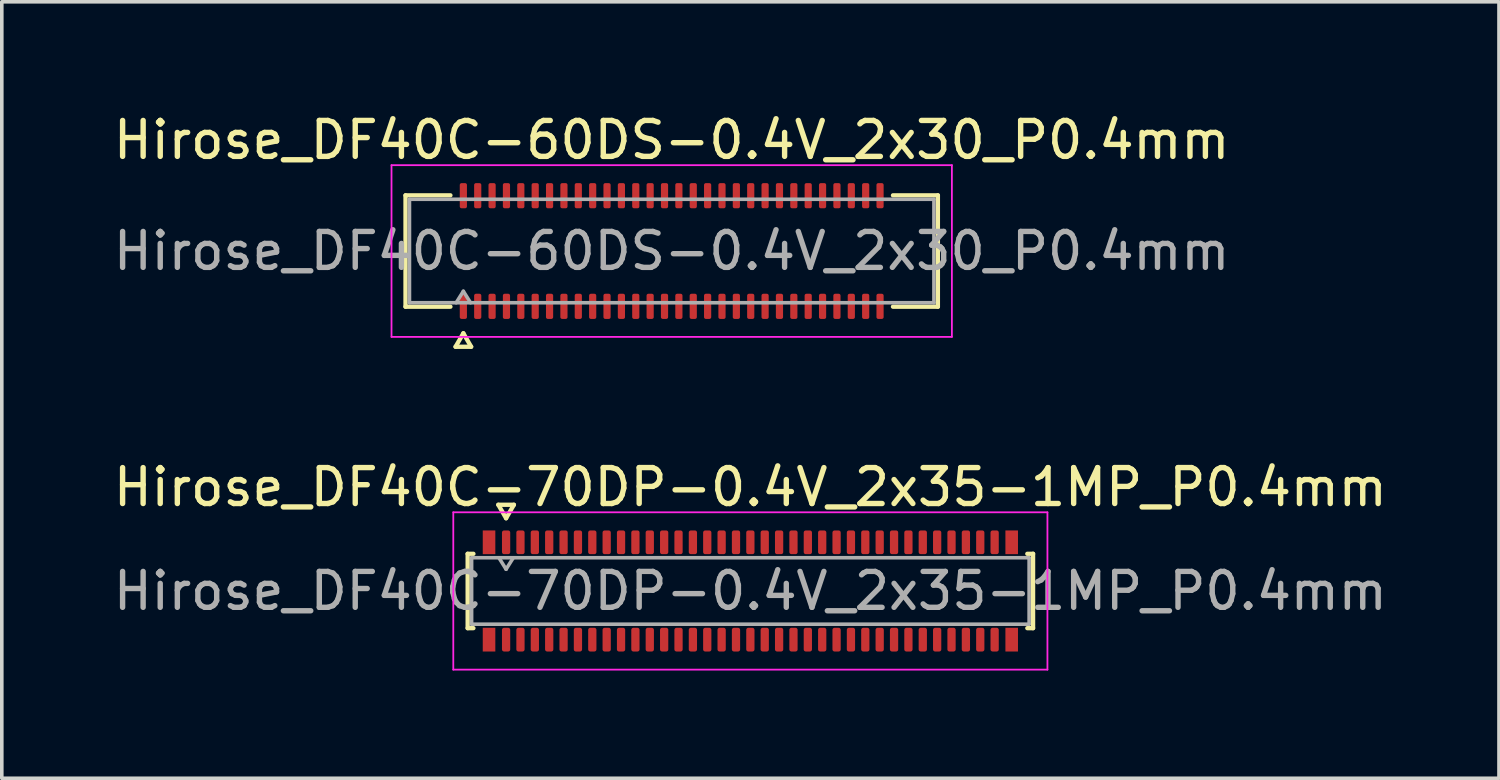
<source format=kicad_pcb>
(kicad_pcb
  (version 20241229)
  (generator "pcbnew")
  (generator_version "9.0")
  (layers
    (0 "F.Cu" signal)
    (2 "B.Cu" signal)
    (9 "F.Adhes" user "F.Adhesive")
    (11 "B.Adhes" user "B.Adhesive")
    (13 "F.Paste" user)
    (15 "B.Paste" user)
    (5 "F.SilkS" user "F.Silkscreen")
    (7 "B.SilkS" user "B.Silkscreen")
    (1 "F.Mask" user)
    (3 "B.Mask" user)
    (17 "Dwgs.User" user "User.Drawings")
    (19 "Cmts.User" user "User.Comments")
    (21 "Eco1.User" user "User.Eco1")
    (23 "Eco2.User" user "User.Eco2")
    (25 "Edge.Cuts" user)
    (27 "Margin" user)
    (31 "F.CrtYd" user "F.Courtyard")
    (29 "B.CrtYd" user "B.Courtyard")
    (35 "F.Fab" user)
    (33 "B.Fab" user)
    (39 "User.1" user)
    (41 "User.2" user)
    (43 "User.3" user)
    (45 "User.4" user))
  (footprint "Hirose_DF40C-60DS-0.4V_2x30_P0.4mm"
    (layer "F.Cu")
    (at 15.649 3.938)
    (property "Reference" "Hirose_DF40C-60DS-0.4V_2x30_P0.4mm" (at 0 -3.09 0) (layer "F.SilkS") (effects (font (size 1 1) (thickness 0.15))))
    (attr smd)
    (fp_line (start -7.41 -1.55) (end -6.16 -1.55) (stroke (width 0.12) (type solid)) (layer "F.SilkS"))
    (fp_line (start -7.41 1.55) (end -7.41 -1.55) (stroke (width 0.12) (type solid)) (layer "F.SilkS"))
    (fp_line (start -6.16 1.55) (end -7.41 1.55) (stroke (width 0.12) (type solid)) (layer "F.SilkS"))
    (fp_line (start -6.017 2.665) (end -5.8 2.29) (stroke (width 0.12) (type solid)) (layer "F.SilkS"))
    (fp_line (start -5.8 2.29) (end -5.583 2.665) (stroke (width 0.12) (type solid)) (layer "F.SilkS"))
    (fp_line (start -5.583 2.665) (end -6.017 2.665) (stroke (width 0.12) (type solid)) (layer "F.SilkS"))
    (fp_line (start 6.16 -1.55) (end 7.41 -1.55) (stroke (width 0.12) (type solid)) (layer "F.SilkS"))
    (fp_line (start 7.41 -1.55) (end 7.41 1.55) (stroke (width 0.12) (type solid)) (layer "F.SilkS"))
    (fp_line (start 7.41 1.55) (end 6.16 1.55) (stroke (width 0.12) (type solid)) (layer "F.SilkS"))
    (fp_line (start -7.8 -2.39) (end -7.8 2.39) (stroke (width 0.05) (type solid)) (layer "F.CrtYd"))
    (fp_line (start -7.8 2.39) (end 7.8 2.39) (stroke (width 0.05) (type solid)) (layer "F.CrtYd"))
    (fp_line (start 7.8 -2.39) (end -7.8 -2.39) (stroke (width 0.05) (type solid)) (layer "F.CrtYd"))
    (fp_line (start 7.8 2.39) (end 7.8 -2.39) (stroke (width 0.05) (type solid)) (layer "F.CrtYd"))
    (fp_line (start -7.3 -1.44) (end 7.3 -1.44) (stroke (width 0.1) (type solid)) (layer "F.Fab"))
    (fp_line (start -7.3 1.44) (end -7.3 -1.44) (stroke (width 0.1) (type solid)) (layer "F.Fab"))
    (fp_line (start -6 1.44) (end -5.8 1.12) (stroke (width 0.1) (type solid)) (layer "F.Fab"))
    (fp_line (start -5.8 1.12) (end -5.6 1.44) (stroke (width 0.1) (type solid)) (layer "F.Fab"))
    (fp_line (start 7.3 -1.44) (end 7.3 1.44) (stroke (width 0.1) (type solid)) (layer "F.Fab"))
    (fp_line (start 7.3 1.44) (end -7.3 1.44) (stroke (width 0.1) (type solid)) (layer "F.Fab"))
    (fp_text user "${REFERENCE}" (at 0 0 0) (layer "F.Fab") (effects (font (size 1 1) (thickness 0.15))))
    (pad "1" smd roundrect (at -5.8 1.54) (size 0.2 0.7) (layers "F.Cu" "F.Mask" "F.Paste") (roundrect_rratio 0.25))
    (pad "2" smd roundrect (at -5.8 -1.54) (size 0.2 0.7) (layers "F.Cu" "F.Mask" "F.Paste") (roundrect_rratio 0.25))
    (pad "3" smd roundrect (at -5.4 1.54) (size 0.2 0.7) (layers "F.Cu" "F.Mask" "F.Paste") (roundrect_rratio 0.25))
    (pad "4" smd roundrect (at -5.4 -1.54) (size 0.2 0.7) (layers "F.Cu" "F.Mask" "F.Paste") (roundrect_rratio 0.25))
    (pad "5" smd roundrect (at -5 1.54) (size 0.2 0.7) (layers "F.Cu" "F.Mask" "F.Paste") (roundrect_rratio 0.25))
    (pad "6" smd roundrect (at -5 -1.54) (size 0.2 0.7) (layers "F.Cu" "F.Mask" "F.Paste") (roundrect_rratio 0.25))
    (pad "7" smd roundrect (at -4.6 1.54) (size 0.2 0.7) (layers "F.Cu" "F.Mask" "F.Paste") (roundrect_rratio 0.25))
    (pad "8" smd roundrect (at -4.6 -1.54) (size 0.2 0.7) (layers "F.Cu" "F.Mask" "F.Paste") (roundrect_rratio 0.25))
    (pad "9" smd roundrect (at -4.2 1.54) (size 0.2 0.7) (layers "F.Cu" "F.Mask" "F.Paste") (roundrect_rratio 0.25))
    (pad "10" smd roundrect (at -4.2 -1.54) (size 0.2 0.7) (layers "F.Cu" "F.Mask" "F.Paste") (roundrect_rratio 0.25))
    (pad "11" smd roundrect (at -3.8 1.54) (size 0.2 0.7) (layers "F.Cu" "F.Mask" "F.Paste") (roundrect_rratio 0.25))
    (pad "12" smd roundrect (at -3.8 -1.54) (size 0.2 0.7) (layers "F.Cu" "F.Mask" "F.Paste") (roundrect_rratio 0.25))
    (pad "13" smd roundrect (at -3.4 1.54) (size 0.2 0.7) (layers "F.Cu" "F.Mask" "F.Paste") (roundrect_rratio 0.25))
    (pad "14" smd roundrect (at -3.4 -1.54) (size 0.2 0.7) (layers "F.Cu" "F.Mask" "F.Paste") (roundrect_rratio 0.25))
    (pad "15" smd roundrect (at -3 1.54) (size 0.2 0.7) (layers "F.Cu" "F.Mask" "F.Paste") (roundrect_rratio 0.25))
    (pad "16" smd roundrect (at -3 -1.54) (size 0.2 0.7) (layers "F.Cu" "F.Mask" "F.Paste") (roundrect_rratio 0.25))
    (pad "17" smd roundrect (at -2.6 1.54) (size 0.2 0.7) (layers "F.Cu" "F.Mask" "F.Paste") (roundrect_rratio 0.25))
    (pad "18" smd roundrect (at -2.6 -1.54) (size 0.2 0.7) (layers "F.Cu" "F.Mask" "F.Paste") (roundrect_rratio 0.25))
    (pad "19" smd roundrect (at -2.2 1.54) (size 0.2 0.7) (layers "F.Cu" "F.Mask" "F.Paste") (roundrect_rratio 0.25))
    (pad "20" smd roundrect (at -2.2 -1.54) (size 0.2 0.7) (layers "F.Cu" "F.Mask" "F.Paste") (roundrect_rratio 0.25))
    (pad "21" smd roundrect (at -1.8 1.54) (size 0.2 0.7) (layers "F.Cu" "F.Mask" "F.Paste") (roundrect_rratio 0.25))
    (pad "22" smd roundrect (at -1.8 -1.54) (size 0.2 0.7) (layers "F.Cu" "F.Mask" "F.Paste") (roundrect_rratio 0.25))
    (pad "23" smd roundrect (at -1.4 1.54) (size 0.2 0.7) (layers "F.Cu" "F.Mask" "F.Paste") (roundrect_rratio 0.25))
    (pad "24" smd roundrect (at -1.4 -1.54) (size 0.2 0.7) (layers "F.Cu" "F.Mask" "F.Paste") (roundrect_rratio 0.25))
    (pad "25" smd roundrect (at -1 1.54) (size 0.2 0.7) (layers "F.Cu" "F.Mask" "F.Paste") (roundrect_rratio 0.25))
    (pad "26" smd roundrect (at -1 -1.54) (size 0.2 0.7) (layers "F.Cu" "F.Mask" "F.Paste") (roundrect_rratio 0.25))
    (pad "27" smd roundrect (at -0.6 1.54) (size 0.2 0.7) (layers "F.Cu" "F.Mask" "F.Paste") (roundrect_rratio 0.25))
    (pad "28" smd roundrect (at -0.6 -1.54) (size 0.2 0.7) (layers "F.Cu" "F.Mask" "F.Paste") (roundrect_rratio 0.25))
    (pad "29" smd roundrect (at -0.2 1.54) (size 0.2 0.7) (layers "F.Cu" "F.Mask" "F.Paste") (roundrect_rratio 0.25))
    (pad "30" smd roundrect (at -0.2 -1.54) (size 0.2 0.7) (layers "F.Cu" "F.Mask" "F.Paste") (roundrect_rratio 0.25))
    (pad "31" smd roundrect (at 0.2 1.54) (size 0.2 0.7) (layers "F.Cu" "F.Mask" "F.Paste") (roundrect_rratio 0.25))
    (pad "32" smd roundrect (at 0.2 -1.54) (size 0.2 0.7) (layers "F.Cu" "F.Mask" "F.Paste") (roundrect_rratio 0.25))
    (pad "33" smd roundrect (at 0.6 1.54) (size 0.2 0.7) (layers "F.Cu" "F.Mask" "F.Paste") (roundrect_rratio 0.25))
    (pad "34" smd roundrect (at 0.6 -1.54) (size 0.2 0.7) (layers "F.Cu" "F.Mask" "F.Paste") (roundrect_rratio 0.25))
    (pad "35" smd roundrect (at 1 1.54) (size 0.2 0.7) (layers "F.Cu" "F.Mask" "F.Paste") (roundrect_rratio 0.25))
    (pad "36" smd roundrect (at 1 -1.54) (size 0.2 0.7) (layers "F.Cu" "F.Mask" "F.Paste") (roundrect_rratio 0.25))
    (pad "37" smd roundrect (at 1.4 1.54) (size 0.2 0.7) (layers "F.Cu" "F.Mask" "F.Paste") (roundrect_rratio 0.25))
    (pad "38" smd roundrect (at 1.4 -1.54) (size 0.2 0.7) (layers "F.Cu" "F.Mask" "F.Paste") (roundrect_rratio 0.25))
    (pad "39" smd roundrect (at 1.8 1.54) (size 0.2 0.7) (layers "F.Cu" "F.Mask" "F.Paste") (roundrect_rratio 0.25))
    (pad "40" smd roundrect (at 1.8 -1.54) (size 0.2 0.7) (layers "F.Cu" "F.Mask" "F.Paste") (roundrect_rratio 0.25))
    (pad "41" smd roundrect (at 2.2 1.54) (size 0.2 0.7) (layers "F.Cu" "F.Mask" "F.Paste") (roundrect_rratio 0.25))
    (pad "42" smd roundrect (at 2.2 -1.54) (size 0.2 0.7) (layers "F.Cu" "F.Mask" "F.Paste") (roundrect_rratio 0.25))
    (pad "43" smd roundrect (at 2.6 1.54) (size 0.2 0.7) (layers "F.Cu" "F.Mask" "F.Paste") (roundrect_rratio 0.25))
    (pad "44" smd roundrect (at 2.6 -1.54) (size 0.2 0.7) (layers "F.Cu" "F.Mask" "F.Paste") (roundrect_rratio 0.25))
    (pad "45" smd roundrect (at 3 1.54) (size 0.2 0.7) (layers "F.Cu" "F.Mask" "F.Paste") (roundrect_rratio 0.25))
    (pad "46" smd roundrect (at 3 -1.54) (size 0.2 0.7) (layers "F.Cu" "F.Mask" "F.Paste") (roundrect_rratio 0.25))
    (pad "47" smd roundrect (at 3.4 1.54) (size 0.2 0.7) (layers "F.Cu" "F.Mask" "F.Paste") (roundrect_rratio 0.25))
    (pad "48" smd roundrect (at 3.4 -1.54) (size 0.2 0.7) (layers "F.Cu" "F.Mask" "F.Paste") (roundrect_rratio 0.25))
    (pad "49" smd roundrect (at 3.8 1.54) (size 0.2 0.7) (layers "F.Cu" "F.Mask" "F.Paste") (roundrect_rratio 0.25))
    (pad "50" smd roundrect (at 3.8 -1.54) (size 0.2 0.7) (layers "F.Cu" "F.Mask" "F.Paste") (roundrect_rratio 0.25))
    (pad "51" smd roundrect (at 4.2 1.54) (size 0.2 0.7) (layers "F.Cu" "F.Mask" "F.Paste") (roundrect_rratio 0.25))
    (pad "52" smd roundrect (at 4.2 -1.54) (size 0.2 0.7) (layers "F.Cu" "F.Mask" "F.Paste") (roundrect_rratio 0.25))
    (pad "53" smd roundrect (at 4.6 1.54) (size 0.2 0.7) (layers "F.Cu" "F.Mask" "F.Paste") (roundrect_rratio 0.25))
    (pad "54" smd roundrect (at 4.6 -1.54) (size 0.2 0.7) (layers "F.Cu" "F.Mask" "F.Paste") (roundrect_rratio 0.25))
    (pad "55" smd roundrect (at 5 1.54) (size 0.2 0.7) (layers "F.Cu" "F.Mask" "F.Paste") (roundrect_rratio 0.25))
    (pad "56" smd roundrect (at 5 -1.54) (size 0.2 0.7) (layers "F.Cu" "F.Mask" "F.Paste") (roundrect_rratio 0.25))
    (pad "57" smd roundrect (at 5.4 1.54) (size 0.2 0.7) (layers "F.Cu" "F.Mask" "F.Paste") (roundrect_rratio 0.25))
    (pad "58" smd roundrect (at 5.4 -1.54) (size 0.2 0.7) (layers "F.Cu" "F.Mask" "F.Paste") (roundrect_rratio 0.25))
    (pad "59" smd roundrect (at 5.8 1.54) (size 0.2 0.7) (layers "F.Cu" "F.Mask" "F.Paste") (roundrect_rratio 0.25))
    (pad "60" smd roundrect (at 5.8 -1.54) (size 0.2 0.7) (layers "F.Cu" "F.Mask" "F.Paste") (roundrect_rratio 0.25)))
  (footprint "Hirose_DF40C-70DP-0.4V_2x35-1MP_P0.4mm"
    (layer "F.Cu")
    (at 17.839 13.402)
    (property "Reference" "Hirose_DF40C-70DP-0.4V_2x35-1MP_P0.4mm" (at 0 -2.89 0) (layer "F.SilkS") (effects (font (size 1 1) (thickness 0.15))))
    (attr smd)
    (fp_line (start -7.87 -1.035) (end -7.71 -1.035) (stroke (width 0.12) (type solid)) (layer "F.SilkS"))
    (fp_line (start -7.87 1.035) (end -7.87 -1.035) (stroke (width 0.12) (type solid)) (layer "F.SilkS"))
    (fp_line (start -7.71 1.035) (end -7.87 1.035) (stroke (width 0.12) (type solid)) (layer "F.SilkS"))
    (fp_line (start -7.017 -2.4) (end -6.8 -2.025) (stroke (width 0.12) (type solid)) (layer "F.SilkS"))
    (fp_line (start -6.8 -2.025) (end -6.583 -2.4) (stroke (width 0.12) (type solid)) (layer "F.SilkS"))
    (fp_line (start -6.583 -2.4) (end -7.017 -2.4) (stroke (width 0.12) (type solid)) (layer "F.SilkS"))
    (fp_line (start 7.71 -1.035) (end 7.87 -1.035) (stroke (width 0.12) (type solid)) (layer "F.SilkS"))
    (fp_line (start 7.87 -1.035) (end 7.87 1.035) (stroke (width 0.12) (type solid)) (layer "F.SilkS"))
    (fp_line (start 7.87 1.035) (end 7.71 1.035) (stroke (width 0.12) (type solid)) (layer "F.SilkS"))
    (fp_line (start -8.27 -2.19) (end -8.27 2.19) (stroke (width 0.05) (type solid)) (layer "F.CrtYd"))
    (fp_line (start -8.27 2.19) (end 8.27 2.19) (stroke (width 0.05) (type solid)) (layer "F.CrtYd"))
    (fp_line (start 8.27 -2.19) (end -8.27 -2.19) (stroke (width 0.05) (type solid)) (layer "F.CrtYd"))
    (fp_line (start 8.27 2.19) (end 8.27 -2.19) (stroke (width 0.05) (type solid)) (layer "F.CrtYd"))
    (fp_line (start -7.76 -0.925) (end 7.76 -0.925) (stroke (width 0.1) (type solid)) (layer "F.Fab"))
    (fp_line (start -7.76 0.925) (end -7.76 -0.925) (stroke (width 0.1) (type solid)) (layer "F.Fab"))
    (fp_line (start -7 -0.925) (end -6.8 -0.605) (stroke (width 0.1) (type solid)) (layer "F.Fab"))
    (fp_line (start -6.8 -0.605) (end -6.6 -0.925) (stroke (width 0.1) (type solid)) (layer "F.Fab"))
    (fp_line (start 7.76 -0.925) (end 7.76 0.925) (stroke (width 0.1) (type solid)) (layer "F.Fab"))
    (fp_line (start 7.76 0.925) (end -7.76 0.925) (stroke (width 0.1) (type solid)) (layer "F.Fab"))
    (fp_text user "${REFERENCE}" (at 0 0 0) (layer "F.Fab") (effects (font (size 1 1) (thickness 0.15))))
    (pad "1" smd roundrect (at -6.8 -1.355) (size 0.23 0.66) (layers "F.Cu" "F.Mask" "F.Paste") (roundrect_rratio 0.25))
    (pad "2" smd roundrect (at -6.8 1.355) (size 0.23 0.66) (layers "F.Cu" "F.Mask" "F.Paste") (roundrect_rratio 0.25))
    (pad "3" smd roundrect (at -6.4 -1.355) (size 0.23 0.66) (layers "F.Cu" "F.Mask" "F.Paste") (roundrect_rratio 0.25))
    (pad "4" smd roundrect (at -6.4 1.355) (size 0.23 0.66) (layers "F.Cu" "F.Mask" "F.Paste") (roundrect_rratio 0.25))
    (pad "5" smd roundrect (at -6 -1.355) (size 0.23 0.66) (layers "F.Cu" "F.Mask" "F.Paste") (roundrect_rratio 0.25))
    (pad "6" smd roundrect (at -6 1.355) (size 0.23 0.66) (layers "F.Cu" "F.Mask" "F.Paste") (roundrect_rratio 0.25))
    (pad "7" smd roundrect (at -5.6 -1.355) (size 0.23 0.66) (layers "F.Cu" "F.Mask" "F.Paste") (roundrect_rratio 0.25))
    (pad "8" smd roundrect (at -5.6 1.355) (size 0.23 0.66) (layers "F.Cu" "F.Mask" "F.Paste") (roundrect_rratio 0.25))
    (pad "9" smd roundrect (at -5.2 -1.355) (size 0.23 0.66) (layers "F.Cu" "F.Mask" "F.Paste") (roundrect_rratio 0.25))
    (pad "10" smd roundrect (at -5.2 1.355) (size 0.23 0.66) (layers "F.Cu" "F.Mask" "F.Paste") (roundrect_rratio 0.25))
    (pad "11" smd roundrect (at -4.8 -1.355) (size 0.23 0.66) (layers "F.Cu" "F.Mask" "F.Paste") (roundrect_rratio 0.25))
    (pad "12" smd roundrect (at -4.8 1.355) (size 0.23 0.66) (layers "F.Cu" "F.Mask" "F.Paste") (roundrect_rratio 0.25))
    (pad "13" smd roundrect (at -4.4 -1.355) (size 0.23 0.66) (layers "F.Cu" "F.Mask" "F.Paste") (roundrect_rratio 0.25))
    (pad "14" smd roundrect (at -4.4 1.355) (size 0.23 0.66) (layers "F.Cu" "F.Mask" "F.Paste") (roundrect_rratio 0.25))
    (pad "15" smd roundrect (at -4 -1.355) (size 0.23 0.66) (layers "F.Cu" "F.Mask" "F.Paste") (roundrect_rratio 0.25))
    (pad "16" smd roundrect (at -4 1.355) (size 0.23 0.66) (layers "F.Cu" "F.Mask" "F.Paste") (roundrect_rratio 0.25))
    (pad "17" smd roundrect (at -3.6 -1.355) (size 0.23 0.66) (layers "F.Cu" "F.Mask" "F.Paste") (roundrect_rratio 0.25))
    (pad "18" smd roundrect (at -3.6 1.355) (size 0.23 0.66) (layers "F.Cu" "F.Mask" "F.Paste") (roundrect_rratio 0.25))
    (pad "19" smd roundrect (at -3.2 -1.355) (size 0.23 0.66) (layers "F.Cu" "F.Mask" "F.Paste") (roundrect_rratio 0.25))
    (pad "20" smd roundrect (at -3.2 1.355) (size 0.23 0.66) (layers "F.Cu" "F.Mask" "F.Paste") (roundrect_rratio 0.25))
    (pad "21" smd roundrect (at -2.8 -1.355) (size 0.23 0.66) (layers "F.Cu" "F.Mask" "F.Paste") (roundrect_rratio 0.25))
    (pad "22" smd roundrect (at -2.8 1.355) (size 0.23 0.66) (layers "F.Cu" "F.Mask" "F.Paste") (roundrect_rratio 0.25))
    (pad "23" smd roundrect (at -2.4 -1.355) (size 0.23 0.66) (layers "F.Cu" "F.Mask" "F.Paste") (roundrect_rratio 0.25))
    (pad "24" smd roundrect (at -2.4 1.355) (size 0.23 0.66) (layers "F.Cu" "F.Mask" "F.Paste") (roundrect_rratio 0.25))
    (pad "25" smd roundrect (at -2 -1.355) (size 0.23 0.66) (layers "F.Cu" "F.Mask" "F.Paste") (roundrect_rratio 0.25))
    (pad "26" smd roundrect (at -2 1.355) (size 0.23 0.66) (layers "F.Cu" "F.Mask" "F.Paste") (roundrect_rratio 0.25))
    (pad "27" smd roundrect (at -1.6 -1.355) (size 0.23 0.66) (layers "F.Cu" "F.Mask" "F.Paste") (roundrect_rratio 0.25))
    (pad "28" smd roundrect (at -1.6 1.355) (size 0.23 0.66) (layers "F.Cu" "F.Mask" "F.Paste") (roundrect_rratio 0.25))
    (pad "29" smd roundrect (at -1.2 -1.355) (size 0.23 0.66) (layers "F.Cu" "F.Mask" "F.Paste") (roundrect_rratio 0.25))
    (pad "30" smd roundrect (at -1.2 1.355) (size 0.23 0.66) (layers "F.Cu" "F.Mask" "F.Paste") (roundrect_rratio 0.25))
    (pad "31" smd roundrect (at -0.8 -1.355) (size 0.23 0.66) (layers "F.Cu" "F.Mask" "F.Paste") (roundrect_rratio 0.25))
    (pad "32" smd roundrect (at -0.8 1.355) (size 0.23 0.66) (layers "F.Cu" "F.Mask" "F.Paste") (roundrect_rratio 0.25))
    (pad "33" smd roundrect (at -0.4 -1.355) (size 0.23 0.66) (layers "F.Cu" "F.Mask" "F.Paste") (roundrect_rratio 0.25))
    (pad "34" smd roundrect (at -0.4 1.355) (size 0.23 0.66) (layers "F.Cu" "F.Mask" "F.Paste") (roundrect_rratio 0.25))
    (pad "35" smd roundrect (at 0 -1.355) (size 0.23 0.66) (layers "F.Cu" "F.Mask" "F.Paste") (roundrect_rratio 0.25))
    (pad "36" smd roundrect (at 0 1.355) (size 0.23 0.66) (layers "F.Cu" "F.Mask" "F.Paste") (roundrect_rratio 0.25))
    (pad "37" smd roundrect (at 0.4 -1.355) (size 0.23 0.66) (layers "F.Cu" "F.Mask" "F.Paste") (roundrect_rratio 0.25))
    (pad "38" smd roundrect (at 0.4 1.355) (size 0.23 0.66) (layers "F.Cu" "F.Mask" "F.Paste") (roundrect_rratio 0.25))
    (pad "39" smd roundrect (at 0.8 -1.355) (size 0.23 0.66) (layers "F.Cu" "F.Mask" "F.Paste") (roundrect_rratio 0.25))
    (pad "40" smd roundrect (at 0.8 1.355) (size 0.23 0.66) (layers "F.Cu" "F.Mask" "F.Paste") (roundrect_rratio 0.25))
    (pad "41" smd roundrect (at 1.2 -1.355) (size 0.23 0.66) (layers "F.Cu" "F.Mask" "F.Paste") (roundrect_rratio 0.25))
    (pad "42" smd roundrect (at 1.2 1.355) (size 0.23 0.66) (layers "F.Cu" "F.Mask" "F.Paste") (roundrect_rratio 0.25))
    (pad "43" smd roundrect (at 1.6 -1.355) (size 0.23 0.66) (layers "F.Cu" "F.Mask" "F.Paste") (roundrect_rratio 0.25))
    (pad "44" smd roundrect (at 1.6 1.355) (size 0.23 0.66) (layers "F.Cu" "F.Mask" "F.Paste") (roundrect_rratio 0.25))
    (pad "45" smd roundrect (at 2 -1.355) (size 0.23 0.66) (layers "F.Cu" "F.Mask" "F.Paste") (roundrect_rratio 0.25))
    (pad "46" smd roundrect (at 2 1.355) (size 0.23 0.66) (layers "F.Cu" "F.Mask" "F.Paste") (roundrect_rratio 0.25))
    (pad "47" smd roundrect (at 2.4 -1.355) (size 0.23 0.66) (layers "F.Cu" "F.Mask" "F.Paste") (roundrect_rratio 0.25))
    (pad "48" smd roundrect (at 2.4 1.355) (size 0.23 0.66) (layers "F.Cu" "F.Mask" "F.Paste") (roundrect_rratio 0.25))
    (pad "49" smd roundrect (at 2.8 -1.355) (size 0.23 0.66) (layers "F.Cu" "F.Mask" "F.Paste") (roundrect_rratio 0.25))
    (pad "50" smd roundrect (at 2.8 1.355) (size 0.23 0.66) (layers "F.Cu" "F.Mask" "F.Paste") (roundrect_rratio 0.25))
    (pad "51" smd roundrect (at 3.2 -1.355) (size 0.23 0.66) (layers "F.Cu" "F.Mask" "F.Paste") (roundrect_rratio 0.25))
    (pad "52" smd roundrect (at 3.2 1.355) (size 0.23 0.66) (layers "F.Cu" "F.Mask" "F.Paste") (roundrect_rratio 0.25))
    (pad "53" smd roundrect (at 3.6 -1.355) (size 0.23 0.66) (layers "F.Cu" "F.Mask" "F.Paste") (roundrect_rratio 0.25))
    (pad "54" smd roundrect (at 3.6 1.355) (size 0.23 0.66) (layers "F.Cu" "F.Mask" "F.Paste") (roundrect_rratio 0.25))
    (pad "55" smd roundrect (at 4 -1.355) (size 0.23 0.66) (layers "F.Cu" "F.Mask" "F.Paste") (roundrect_rratio 0.25))
    (pad "56" smd roundrect (at 4 1.355) (size 0.23 0.66) (layers "F.Cu" "F.Mask" "F.Paste") (roundrect_rratio 0.25))
    (pad "57" smd roundrect (at 4.4 -1.355) (size 0.23 0.66) (layers "F.Cu" "F.Mask" "F.Paste") (roundrect_rratio 0.25))
    (pad "58" smd roundrect (at 4.4 1.355) (size 0.23 0.66) (layers "F.Cu" "F.Mask" "F.Paste") (roundrect_rratio 0.25))
    (pad "59" smd roundrect (at 4.8 -1.355) (size 0.23 0.66) (layers "F.Cu" "F.Mask" "F.Paste") (roundrect_rratio 0.25))
    (pad "60" smd roundrect (at 4.8 1.355) (size 0.23 0.66) (layers "F.Cu" "F.Mask" "F.Paste") (roundrect_rratio 0.25))
    (pad "61" smd roundrect (at 5.2 -1.355) (size 0.23 0.66) (layers "F.Cu" "F.Mask" "F.Paste") (roundrect_rratio 0.25))
    (pad "62" smd roundrect (at 5.2 1.355) (size 0.23 0.66) (layers "F.Cu" "F.Mask" "F.Paste") (roundrect_rratio 0.25))
    (pad "63" smd roundrect (at 5.6 -1.355) (size 0.23 0.66) (layers "F.Cu" "F.Mask" "F.Paste") (roundrect_rratio 0.25))
    (pad "64" smd roundrect (at 5.6 1.355) (size 0.23 0.66) (layers "F.Cu" "F.Mask" "F.Paste") (roundrect_rratio 0.25))
    (pad "65" smd roundrect (at 6 -1.355) (size 0.23 0.66) (layers "F.Cu" "F.Mask" "F.Paste") (roundrect_rratio 0.25))
    (pad "66" smd roundrect (at 6 1.355) (size 0.23 0.66) (layers "F.Cu" "F.Mask" "F.Paste") (roundrect_rratio 0.25))
    (pad "67" smd roundrect (at 6.4 -1.355) (size 0.23 0.66) (layers "F.Cu" "F.Mask" "F.Paste") (roundrect_rratio 0.25))
    (pad "68" smd roundrect (at 6.4 1.355) (size 0.23 0.66) (layers "F.Cu" "F.Mask" "F.Paste") (roundrect_rratio 0.25))
    (pad "69" smd roundrect (at 6.8 -1.355) (size 0.23 0.66) (layers "F.Cu" "F.Mask" "F.Paste") (roundrect_rratio 0.25))
    (pad "70" smd roundrect (at 6.8 1.355) (size 0.23 0.66) (layers "F.Cu" "F.Mask" "F.Paste") (roundrect_rratio 0.25))
    (pad "MP" smd rect (at -7.275 -1.355) (size 0.35 0.66) (layers "F.Cu" "F.Mask" "F.Paste"))
    (pad "MP" smd rect (at -7.275 1.355) (size 0.35 0.66) (layers "F.Cu" "F.Mask" "F.Paste"))
    (pad "MP" smd rect (at 7.275 -1.355) (size 0.35 0.66) (layers "F.Cu" "F.Mask" "F.Paste"))
    (pad "MP" smd rect (at 7.275 1.355) (size 0.35 0.66) (layers "F.Cu" "F.Mask" "F.Paste")))
  (gr_rect
    (start -3 -3)
    (end 38.679 18.616)
    (stroke (width 0.1) (type default))
    (fill no)
    (layer "Edge.Cuts")))
</source>
